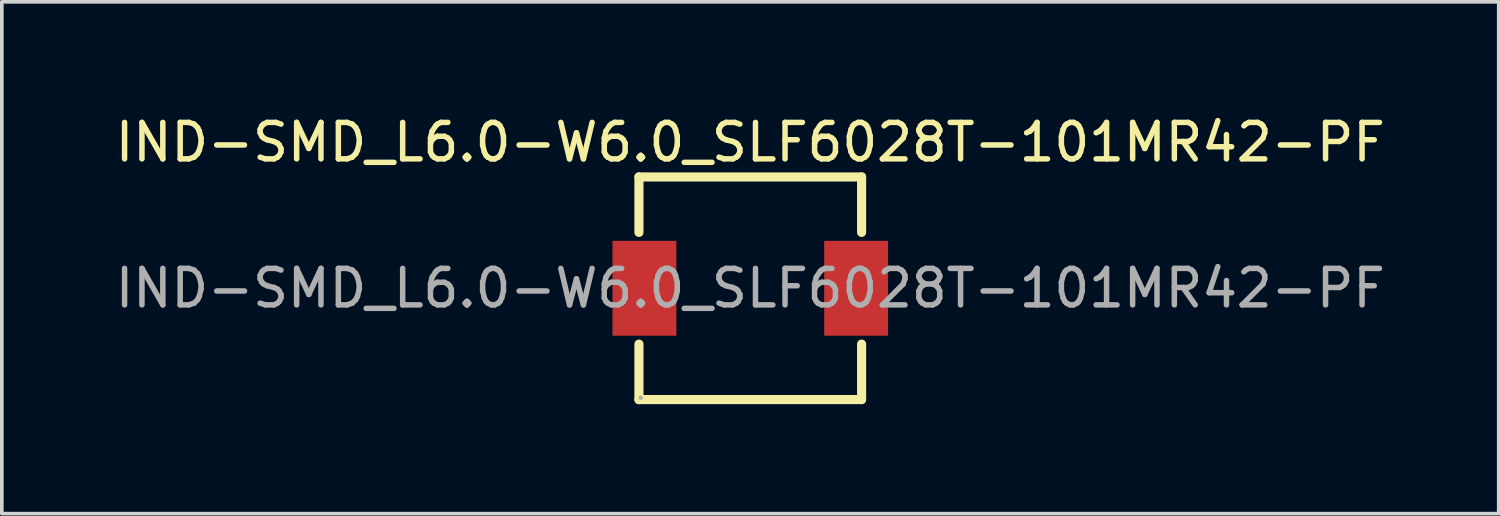
<source format=kicad_pcb>
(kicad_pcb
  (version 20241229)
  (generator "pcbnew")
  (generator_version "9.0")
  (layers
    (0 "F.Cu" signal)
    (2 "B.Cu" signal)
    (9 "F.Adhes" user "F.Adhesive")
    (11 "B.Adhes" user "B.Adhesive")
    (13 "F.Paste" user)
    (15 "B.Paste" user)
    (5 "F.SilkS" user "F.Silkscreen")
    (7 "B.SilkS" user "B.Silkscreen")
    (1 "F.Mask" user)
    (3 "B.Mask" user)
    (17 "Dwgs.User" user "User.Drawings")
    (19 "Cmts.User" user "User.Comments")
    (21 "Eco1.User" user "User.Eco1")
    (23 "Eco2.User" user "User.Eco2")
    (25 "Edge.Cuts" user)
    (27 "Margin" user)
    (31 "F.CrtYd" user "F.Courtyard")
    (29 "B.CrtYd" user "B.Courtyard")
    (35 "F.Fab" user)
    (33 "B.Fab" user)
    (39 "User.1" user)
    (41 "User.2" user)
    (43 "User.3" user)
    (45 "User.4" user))
  (footprint "IND-SMD_L6.0-W6.0_SLF6028T-101MR42-PF"
    (layer "F.Cu")
    (at 17.506 4.848)
    (property "Reference" "IND-SMD_L6.0-W6.0_SLF6028T-101MR42-PF" (at 0 -4 0) (layer "F.SilkS") (effects (font (size 1 1) (thickness 0.15))))
    (attr through_hole)
    (fp_line (start -3.05 -3.05) (end 3.05 -3.05) (stroke (width 0.25) (type solid)) (layer "F.SilkS"))
    (fp_line (start -3.05 -1.53) (end -3.05 -3.05) (stroke (width 0.25) (type solid)) (layer "F.SilkS"))
    (fp_line (start -3.05 3.05) (end -3.05 1.53) (stroke (width 0.25) (type solid)) (layer "F.SilkS"))
    (fp_line (start 3.05 -3.05) (end 3.05 -1.53) (stroke (width 0.25) (type solid)) (layer "F.SilkS"))
    (fp_line (start 3.05 1.53) (end 3.05 3.05) (stroke (width 0.25) (type solid)) (layer "F.SilkS"))
    (fp_line (start 3.05 3.05) (end -3.05 3.05) (stroke (width 0.25) (type solid)) (layer "F.SilkS"))
    (fp_circle (center -3 3) (end -2.97 3) (stroke (width 0.06) (type solid)) (fill no) (layer "F.Fab"))
    (fp_text user "${REFERENCE}" (at 0 0 0) (layer "F.Fab") (effects (font (size 1 1) (thickness 0.15))))
    (pad "1" smd rect (at -2.9 0) (size 1.75 2.6) (layers "F.Cu" "F.Mask" "F.Paste"))
    (pad "2" smd rect (at 2.9 0) (size 1.75 2.6) (layers "F.Cu" "F.Mask" "F.Paste")))
  (gr_rect
    (start -3 -3)
    (end 38.012 11.023)
    (stroke (width 0.1) (type default))
    (fill no)
    (layer "Edge.Cuts")))
</source>
